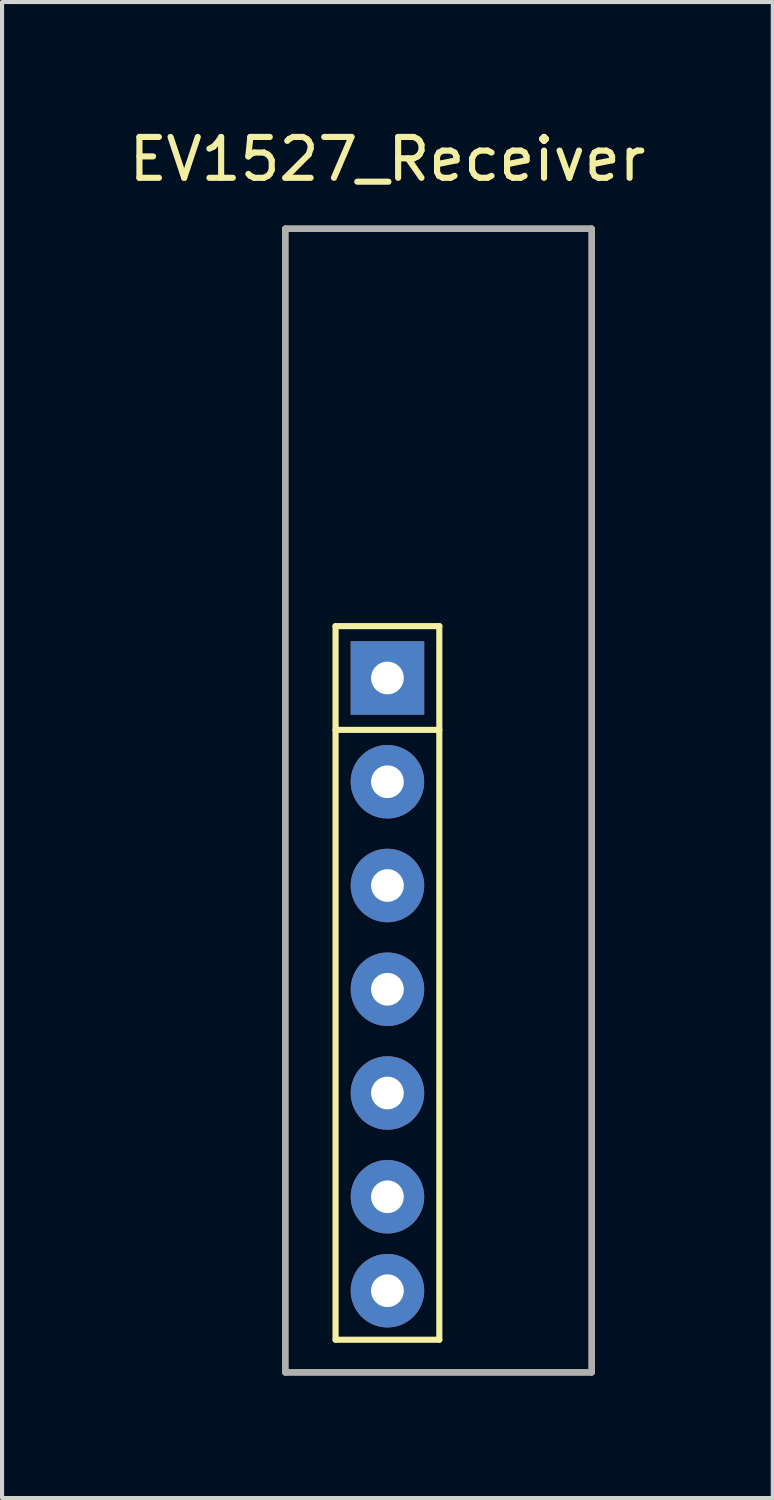
<source format=kicad_pcb>
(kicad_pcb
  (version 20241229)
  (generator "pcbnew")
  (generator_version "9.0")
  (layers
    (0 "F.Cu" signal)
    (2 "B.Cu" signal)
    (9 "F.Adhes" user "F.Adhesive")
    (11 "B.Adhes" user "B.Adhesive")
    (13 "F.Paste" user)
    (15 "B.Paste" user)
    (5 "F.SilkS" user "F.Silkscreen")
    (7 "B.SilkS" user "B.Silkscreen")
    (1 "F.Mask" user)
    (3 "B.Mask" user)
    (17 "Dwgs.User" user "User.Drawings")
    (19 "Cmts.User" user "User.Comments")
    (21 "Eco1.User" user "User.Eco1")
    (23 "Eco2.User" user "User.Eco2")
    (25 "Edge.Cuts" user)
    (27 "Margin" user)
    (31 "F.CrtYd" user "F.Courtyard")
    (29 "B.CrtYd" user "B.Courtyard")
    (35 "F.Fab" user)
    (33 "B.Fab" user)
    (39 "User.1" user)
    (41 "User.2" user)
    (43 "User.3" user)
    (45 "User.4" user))
  (footprint "EV1527_Receiver"
    (layer "F.Cu")
    (at 6.435 13.548)
    (property "Reference" "EV1527_Receiver" (at 0 -12.7 0) (layer "F.SilkS") (effects (font (size 1 1) (thickness 0.15))))
    (attr through_hole)
    (fp_line (start -2.5 -11) (end 5 -11) (stroke (width 0.15) (type solid)) (layer "F.SilkS"))
    (fp_line (start -2.5 17) (end -2.5 -11) (stroke (width 0.15) (type solid)) (layer "F.SilkS"))
    (fp_line (start -1.27 -1.27) (end 1.27 -1.27) (stroke (width 0.15) (type solid)) (layer "F.SilkS"))
    (fp_line (start -1.27 1.27) (end 1.27 1.27) (stroke (width 0.15) (type solid)) (layer "F.SilkS"))
    (fp_line (start -1.27 16.2) (end -1.27 -1.27) (stroke (width 0.15) (type solid)) (layer "F.SilkS"))
    (fp_line (start 1.27 -1.27) (end 1.27 16.2) (stroke (width 0.15) (type solid)) (layer "F.SilkS"))
    (fp_line (start 1.27 16.2) (end -1.27 16.2) (stroke (width 0.15) (type solid)) (layer "F.SilkS"))
    (fp_line (start 5 -11) (end 5 17) (stroke (width 0.15) (type solid)) (layer "F.SilkS"))
    (fp_line (start 5 17) (end -2.5 17) (stroke (width 0.15) (type solid)) (layer "F.SilkS"))
    (fp_line (start -2.5 -11) (end 5 -11) (stroke (width 0.15) (type solid)) (layer "F.Fab"))
    (fp_line (start -2.5 17) (end -2.5 -11) (stroke (width 0.15) (type solid)) (layer "F.Fab"))
    (fp_line (start 5 -11) (end 5 17) (stroke (width 0.15) (type solid)) (layer "F.Fab"))
    (fp_line (start 5 17) (end -2.5 17) (stroke (width 0.15) (type solid)) (layer "F.Fab"))
    (pad "1" thru_hole rect (at 0 0) (size 1.8 1.8) (drill 0.8) (layers "*.Cu" "*.Mask"))
    (pad "2" thru_hole circle (at 0 2.54) (size 1.8 1.8) (drill 0.8) (layers "*.Cu" "*.Mask"))
    (pad "3" thru_hole circle (at 0 5.08) (size 1.8 1.8) (drill 0.8) (layers "*.Cu" "*.Mask"))
    (pad "4" thru_hole circle (at 0 7.62) (size 1.8 1.8) (drill 0.8) (layers "*.Cu" "*.Mask"))
    (pad "5" thru_hole circle (at 0 10.16) (size 1.8 1.8) (drill 0.8) (layers "*.Cu" "*.Mask"))
    (pad "6" thru_hole circle (at 0 12.7) (size 1.8 1.8) (drill 0.8) (layers "*.Cu" "*.Mask"))
    (pad "7" thru_hole circle (at 0 15) (size 1.8 1.8) (drill 0.8) (layers "*.Cu" "*.Mask")))
  (gr_rect
    (start -3 -3)
    (end 15.869 33.623)
    (stroke (width 0.1) (type default))
    (fill no)
    (layer "Edge.Cuts")))
</source>
